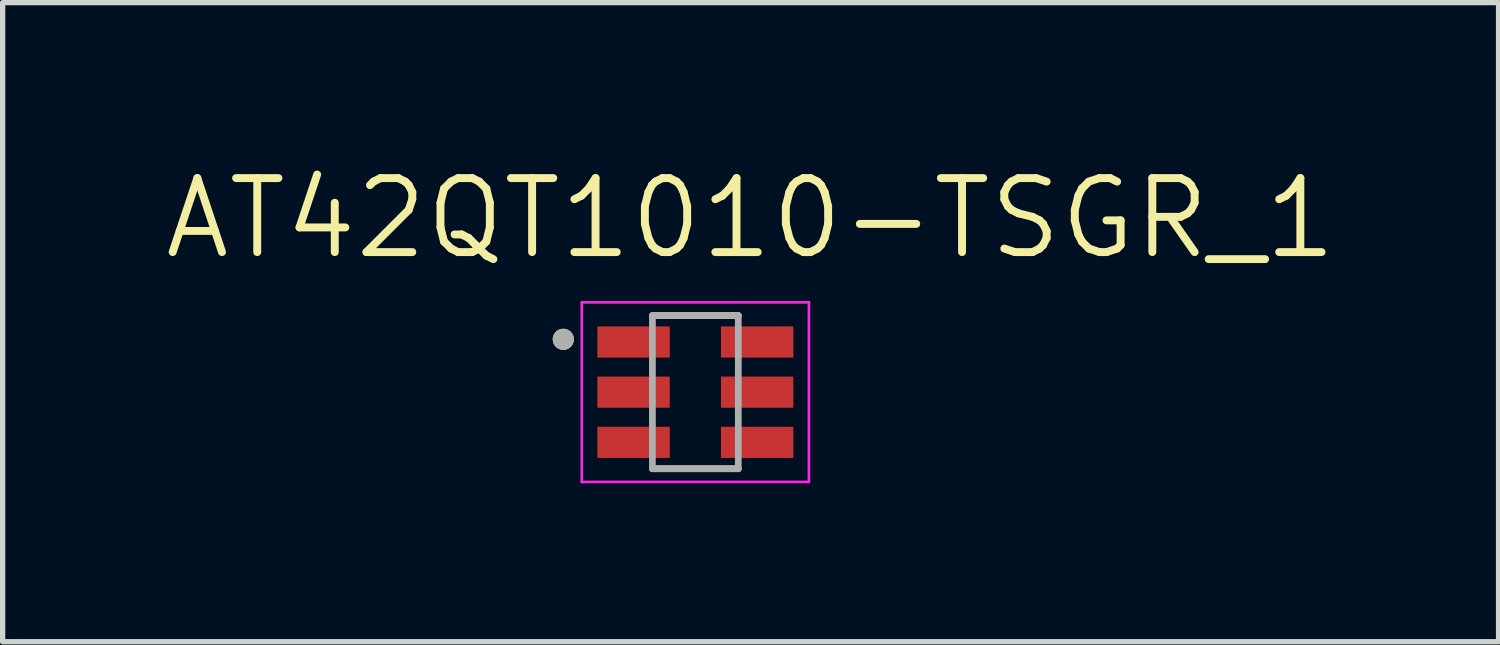
<source format=kicad_pcb>
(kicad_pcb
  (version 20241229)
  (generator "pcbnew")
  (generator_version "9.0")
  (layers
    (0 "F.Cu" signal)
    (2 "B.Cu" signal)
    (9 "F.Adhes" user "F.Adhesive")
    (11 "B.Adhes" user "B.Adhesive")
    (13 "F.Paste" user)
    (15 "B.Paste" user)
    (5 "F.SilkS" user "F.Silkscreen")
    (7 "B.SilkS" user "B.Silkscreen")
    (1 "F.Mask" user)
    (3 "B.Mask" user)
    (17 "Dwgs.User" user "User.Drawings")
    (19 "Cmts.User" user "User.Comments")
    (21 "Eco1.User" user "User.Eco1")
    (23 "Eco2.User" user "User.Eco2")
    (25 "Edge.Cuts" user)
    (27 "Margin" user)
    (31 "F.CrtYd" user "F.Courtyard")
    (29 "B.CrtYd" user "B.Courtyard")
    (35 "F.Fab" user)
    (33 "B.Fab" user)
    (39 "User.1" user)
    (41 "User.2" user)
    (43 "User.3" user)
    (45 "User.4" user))
  (footprint "AT42QT1010-TSGR_1"
    (layer "F.Cu")
    (at 10.114 4.374)
    (property "Reference" "AT42QT1010-TSGR_1" (at 1.046 -3.292 0) (layer "F.SilkS") (effects (font (size 1.401 1.401) (thickness 0.15))))
    (attr smd)
    (fp_line (start -0.81 -1.45) (end 0.81 -1.45) (stroke (width 0.127) (type solid)) (layer "F.SilkS"))
    (fp_line (start -0.81 1.45) (end 0.81 1.45) (stroke (width 0.127) (type solid)) (layer "F.SilkS"))
    (fp_circle (center -2.5 -1) (end -2.4 -1) (stroke (width 0.2) (type solid)) (fill no) (layer "F.SilkS"))
    (fp_line (start -2.15 -1.7) (end 2.15 -1.7) (stroke (width 0.05) (type solid)) (layer "F.CrtYd"))
    (fp_line (start -2.15 1.7) (end -2.15 -1.7) (stroke (width 0.05) (type solid)) (layer "F.CrtYd"))
    (fp_line (start 2.15 -1.7) (end 2.15 1.7) (stroke (width 0.05) (type solid)) (layer "F.CrtYd"))
    (fp_line (start 2.15 1.7) (end -2.15 1.7) (stroke (width 0.05) (type solid)) (layer "F.CrtYd"))
    (fp_line (start -0.813 -1.45) (end 0.813 -1.45) (stroke (width 0.127) (type solid)) (layer "F.Fab"))
    (fp_line (start -0.813 1.45) (end -0.813 -1.45) (stroke (width 0.127) (type solid)) (layer "F.Fab"))
    (fp_line (start 0.813 -1.45) (end 0.813 1.45) (stroke (width 0.127) (type solid)) (layer "F.Fab"))
    (fp_line (start 0.813 1.45) (end -0.813 1.45) (stroke (width 0.127) (type solid)) (layer "F.Fab"))
    (fp_circle (center -2.5 -1) (end -2.4 -1) (stroke (width 0.2) (type solid)) (fill no) (layer "F.Fab"))
    (pad "1" smd rect (at -1.17 -0.95) (size 1.37 0.59) (layers "F.Cu" "F.Mask" "F.Paste"))
    (pad "2" smd rect (at -1.17 0) (size 1.37 0.59) (layers "F.Cu" "F.Mask" "F.Paste"))
    (pad "3" smd rect (at -1.17 0.95) (size 1.37 0.59) (layers "F.Cu" "F.Mask" "F.Paste"))
    (pad "4" smd rect (at 1.17 0.95) (size 1.37 0.59) (layers "F.Cu" "F.Mask" "F.Paste"))
    (pad "5" smd rect (at 1.17 0) (size 1.37 0.59) (layers "F.Cu" "F.Mask" "F.Paste"))
    (pad "6" smd rect (at 1.17 -0.95) (size 1.37 0.59) (layers "F.Cu" "F.Mask" "F.Paste")))
  (gr_rect
    (start -3 -3)
    (end 25.32 9.099)
    (stroke (width 0.1) (type default))
    (fill no)
    (layer "Edge.Cuts")))
</source>
